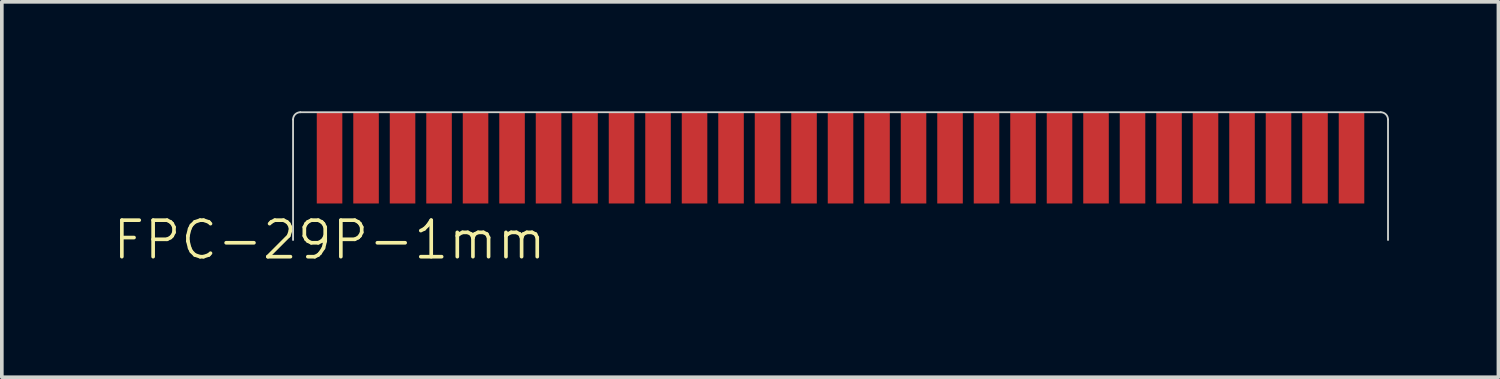
<source format=kicad_pcb>
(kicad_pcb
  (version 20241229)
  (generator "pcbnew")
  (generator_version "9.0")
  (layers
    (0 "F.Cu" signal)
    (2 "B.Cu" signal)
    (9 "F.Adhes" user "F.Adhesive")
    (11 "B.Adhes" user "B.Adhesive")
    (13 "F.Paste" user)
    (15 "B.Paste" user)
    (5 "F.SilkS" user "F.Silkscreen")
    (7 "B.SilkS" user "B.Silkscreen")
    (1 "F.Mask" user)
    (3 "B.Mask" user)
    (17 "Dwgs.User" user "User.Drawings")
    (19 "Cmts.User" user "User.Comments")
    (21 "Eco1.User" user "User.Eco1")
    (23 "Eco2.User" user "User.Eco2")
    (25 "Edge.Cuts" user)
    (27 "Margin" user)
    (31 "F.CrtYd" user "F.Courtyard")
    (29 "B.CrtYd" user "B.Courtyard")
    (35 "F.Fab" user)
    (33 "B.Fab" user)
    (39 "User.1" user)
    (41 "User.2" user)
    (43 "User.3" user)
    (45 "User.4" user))
  (footprint "FPC-29P-1mm"
    (layer "F.Cu")
    (at 5.979 1.275)
    (property "Reference" "FPC-29P-1mm" (at 0 2.25 0) (unlocked yes) (layer "F.SilkS") (effects (font (size 1 1) (thickness 0.1))))
    (attr smd)
    (fp_line (start -1 2.25) (end -1 -1.05) (stroke (width 0.05) (type default)) (layer "Edge.Cuts"))
    (fp_line (start -0.8 -1.25) (end 28.8 -1.25) (stroke (width 0.05) (type default)) (layer "Edge.Cuts"))
    (fp_line (start 29 2.25) (end 29 -1.05) (stroke (width 0.05) (type default)) (layer "Edge.Cuts"))
    (fp_arc (start -1 -1.05) (mid -0.941421 -1.191421) (end -0.8 -1.25) (stroke (width 0.05) (type default)) (layer "Edge.Cuts"))
    (fp_arc (start 28.8 -1.25) (mid 28.941421 -1.191421) (end 29 -1.05) (stroke (width 0.05) (type default)) (layer "Edge.Cuts"))
    (fp_line (start -1 2.25) (end -1 -1.05) (stroke (width 0.05) (type default)) (layer "User.1"))
    (fp_line (start -1 2.25) (end 29 2.25) (stroke (width 0.05) (type default)) (layer "User.1"))
    (fp_line (start -0.8 -1.25) (end 28.8 -1.25) (stroke (width 0.05) (type default)) (layer "User.1"))
    (fp_line (start 29 2.25) (end 29 -1.05) (stroke (width 0.05) (type default)) (layer "User.1"))
    (fp_arc (start -1 -1.05) (mid -0.941421 -1.191421) (end -0.8 -1.25) (stroke (width 0.05) (type default)) (layer "User.1"))
    (fp_arc (start 28.8 -1.25) (mid 28.941421 -1.191421) (end 29 -1.05) (stroke (width 0.05) (type default)) (layer "User.1"))
    (pad "1" smd rect (at 0 0 90) (size 2.5 0.7) (layers "F.Cu" "F.Mask" "F.Paste"))
    (pad "2" smd rect (at 1 0 90) (size 2.5 0.7) (layers "F.Cu" "F.Mask" "F.Paste"))
    (pad "3" smd rect (at 2 0 90) (size 2.5 0.7) (layers "F.Cu" "F.Mask" "F.Paste"))
    (pad "4" smd rect (at 3 0 90) (size 2.5 0.7) (layers "F.Cu" "F.Mask" "F.Paste"))
    (pad "5" smd rect (at 4 0 90) (size 2.5 0.7) (layers "F.Cu" "F.Mask" "F.Paste"))
    (pad "6" smd rect (at 5 0 90) (size 2.5 0.7) (layers "F.Cu" "F.Mask" "F.Paste"))
    (pad "7" smd rect (at 6 0 90) (size 2.5 0.7) (layers "F.Cu" "F.Mask" "F.Paste"))
    (pad "8" smd rect (at 7 0 90) (size 2.5 0.7) (layers "F.Cu" "F.Mask" "F.Paste"))
    (pad "9" smd rect (at 8 0 90) (size 2.5 0.7) (layers "F.Cu" "F.Mask" "F.Paste"))
    (pad "10" smd rect (at 9 0 90) (size 2.5 0.7) (layers "F.Cu" "F.Mask" "F.Paste"))
    (pad "11" smd rect (at 10 0 90) (size 2.5 0.7) (layers "F.Cu" "F.Mask" "F.Paste"))
    (pad "12" smd rect (at 11 0 90) (size 2.5 0.7) (layers "F.Cu" "F.Mask" "F.Paste"))
    (pad "13" smd rect (at 12 0 90) (size 2.5 0.7) (layers "F.Cu" "F.Mask" "F.Paste"))
    (pad "14" smd rect (at 13 0 90) (size 2.5 0.7) (layers "F.Cu" "F.Mask" "F.Paste"))
    (pad "15" smd rect (at 14 0 90) (size 2.5 0.7) (layers "F.Cu" "F.Mask" "F.Paste"))
    (pad "16" smd rect (at 15 0 90) (size 2.5 0.7) (layers "F.Cu" "F.Mask" "F.Paste"))
    (pad "17" smd rect (at 16 0 90) (size 2.5 0.7) (layers "F.Cu" "F.Mask" "F.Paste"))
    (pad "18" smd rect (at 17 0 90) (size 2.5 0.7) (layers "F.Cu" "F.Mask" "F.Paste"))
    (pad "19" smd rect (at 18 0 90) (size 2.5 0.7) (layers "F.Cu" "F.Mask" "F.Paste"))
    (pad "20" smd rect (at 19 0 90) (size 2.5 0.7) (layers "F.Cu" "F.Mask" "F.Paste"))
    (pad "21" smd rect (at 20 0 90) (size 2.5 0.7) (layers "F.Cu" "F.Mask" "F.Paste"))
    (pad "22" smd rect (at 21 0 90) (size 2.5 0.7) (layers "F.Cu" "F.Mask" "F.Paste"))
    (pad "23" smd rect (at 22 0 90) (size 2.5 0.7) (layers "F.Cu" "F.Mask" "F.Paste"))
    (pad "24" smd rect (at 23 0 90) (size 2.5 0.7) (layers "F.Cu" "F.Mask" "F.Paste"))
    (pad "25" smd rect (at 24 0 90) (size 2.5 0.7) (layers "F.Cu" "F.Mask" "F.Paste"))
    (pad "26" smd rect (at 25 0 90) (size 2.5 0.7) (layers "F.Cu" "F.Mask" "F.Paste"))
    (pad "27" smd rect (at 26 0 90) (size 2.5 0.7) (layers "F.Cu" "F.Mask" "F.Paste"))
    (pad "28" smd rect (at 27 0 90) (size 2.5 0.7) (layers "F.Cu" "F.Mask" "F.Paste"))
    (pad "29" smd rect (at 28 0 90) (size 2.5 0.7) (layers "F.Cu" "F.Mask" "F.Paste")))
  (gr_rect
    (start -3 -3)
    (end 38.004 7.285)
    (stroke (width 0.1) (type default))
    (fill no)
    (layer "Edge.Cuts")))
</source>
